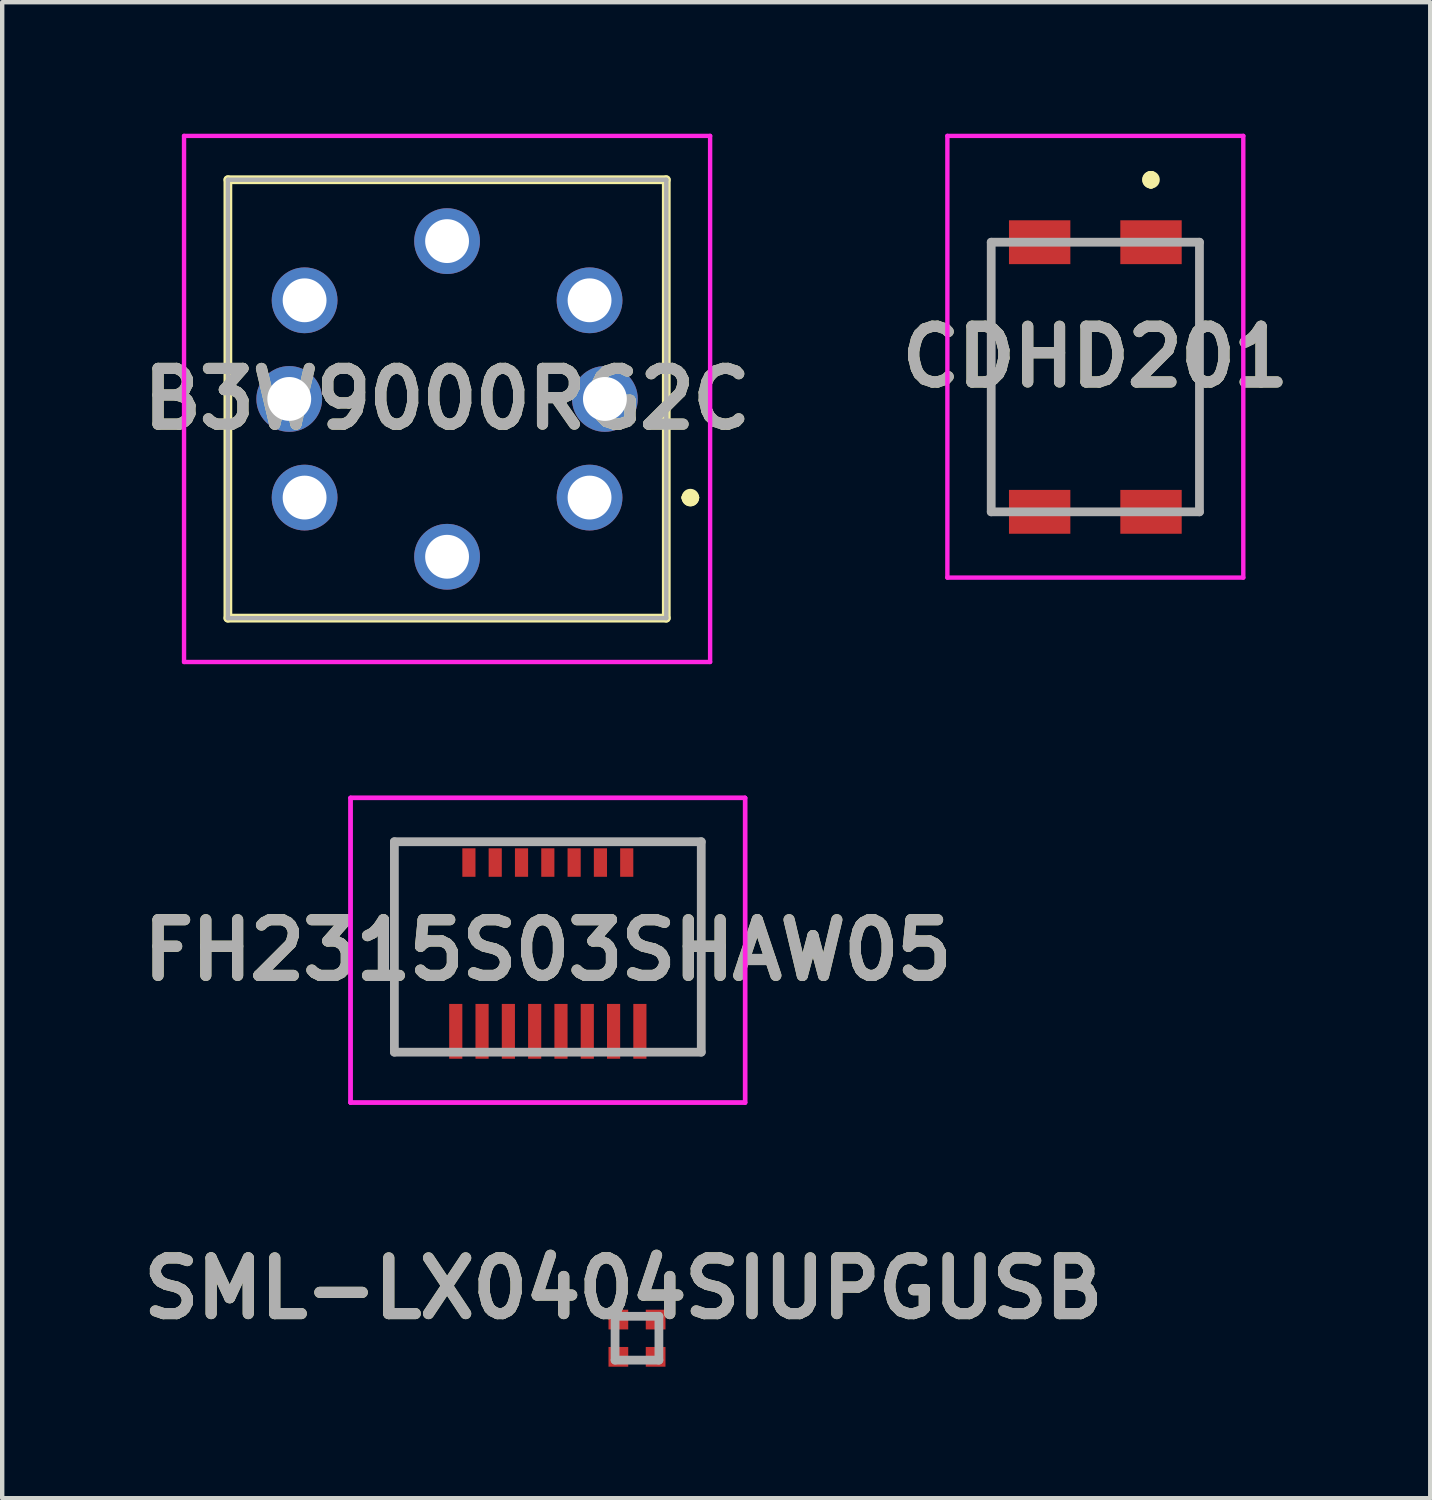
<source format=kicad_pcb>
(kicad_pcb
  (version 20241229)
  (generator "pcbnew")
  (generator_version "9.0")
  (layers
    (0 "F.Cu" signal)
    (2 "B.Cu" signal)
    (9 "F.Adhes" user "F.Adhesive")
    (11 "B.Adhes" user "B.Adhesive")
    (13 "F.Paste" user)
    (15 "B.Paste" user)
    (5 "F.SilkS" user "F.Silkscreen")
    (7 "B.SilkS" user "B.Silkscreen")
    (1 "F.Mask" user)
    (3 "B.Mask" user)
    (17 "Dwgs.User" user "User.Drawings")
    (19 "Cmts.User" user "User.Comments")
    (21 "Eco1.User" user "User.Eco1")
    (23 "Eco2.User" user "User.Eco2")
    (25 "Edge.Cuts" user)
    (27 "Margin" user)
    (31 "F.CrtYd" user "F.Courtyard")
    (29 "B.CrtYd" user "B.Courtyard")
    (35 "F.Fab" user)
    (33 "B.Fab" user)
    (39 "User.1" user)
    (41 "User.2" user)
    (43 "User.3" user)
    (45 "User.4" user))
  (footprint "SML-LX0404SIUPGUSB"
    (layer "F.Cu")
    (at 11.48 27.475)
    (property "Reference" "SML-LX0404SIUPGUSB" (at -0.31 -1.136 0) (layer "F.SilkS") (effects (font (size 1.27 1.27) (thickness 0.254))))
    (attr smd)
    (fp_line (start -0.5 -0.5) (end 0.5 -0.5) (stroke (width 0.2) (type solid)) (layer "F.Fab"))
    (fp_line (start -0.5 0.5) (end -0.5 -0.5) (stroke (width 0.2) (type solid)) (layer "F.Fab"))
    (fp_line (start 0.5 -0.5) (end 0.5 0.5) (stroke (width 0.2) (type solid)) (layer "F.Fab"))
    (fp_line (start 0.5 0.5) (end -0.5 0.5) (stroke (width 0.2) (type solid)) (layer "F.Fab"))
    (fp_text user "${REFERENCE}" (at -0.31 -1.136 0) (layer "F.Fab") (effects (font (size 1.27 1.27) (thickness 0.254))))
    (pad "1" smd rect (at 0.425 -0.425 90) (size 0.45 0.45) (layers "F.Cu" "F.Mask" "F.Paste"))
    (pad "2" smd rect (at 0.425 0.425 90) (size 0.45 0.45) (layers "F.Cu" "F.Mask" "F.Paste"))
    (pad "3" smd rect (at -0.425 0.425 90) (size 0.45 0.45) (layers "F.Cu" "F.Mask" "F.Paste"))
    (pad "4" smd rect (at -0.425 -0.425 90) (size 0.45 0.45) (layers "F.Cu" "F.Mask" "F.Paste")))
  (footprint "B3W9000RG2C"
    (layer "F.Cu")
    (at 10.398 8.3)
    (property "Reference" "B3W9000RG2C" (at -3.25 -2.25 0) (layer "F.SilkS") (effects (font (size 1.27 1.27) (thickness 0.254))))
    (attr through_hole)
    (fp_line (start -8.25 -7.25) (end -8.25 2.75) (stroke (width 0.2) (type solid)) (layer "F.SilkS"))
    (fp_line (start -8.25 2.75) (end 1.75 2.75) (stroke (width 0.2) (type solid)) (layer "F.SilkS"))
    (fp_line (start 1.75 -7.25) (end -8.25 -7.25) (stroke (width 0.2) (type solid)) (layer "F.SilkS"))
    (fp_line (start 1.75 2.75) (end 1.75 -7.25) (stroke (width 0.2) (type solid)) (layer "F.SilkS"))
    (fp_line (start 2.2 0) (end 2.2 0) (stroke (width 0.2) (type solid)) (layer "F.SilkS"))
    (fp_line (start 2.2 0) (end 2.2 0) (stroke (width 0.2) (type solid)) (layer "F.SilkS"))
    (fp_line (start 2.4 0) (end 2.4 0) (stroke (width 0.2) (type solid)) (layer "F.SilkS"))
    (fp_arc (start 2.2 0) (mid 2.3 -0.1) (end 2.4 0) (stroke (width 0.2) (type solid)) (layer "F.SilkS"))
    (fp_arc (start 2.4 0) (mid 2.3 0.1) (end 2.2 0) (stroke (width 0.2) (type solid)) (layer "F.SilkS"))
    (fp_arc (start 2.4 0) (mid 2.3 0.1) (end 2.2 0) (stroke (width 0.2) (type solid)) (layer "F.SilkS"))
    (fp_line (start -9.25 -8.25) (end 2.75 -8.25) (stroke (width 0.1) (type solid)) (layer "F.CrtYd"))
    (fp_line (start -9.25 3.75) (end -9.25 -8.25) (stroke (width 0.1) (type solid)) (layer "F.CrtYd"))
    (fp_line (start 2.75 -8.25) (end 2.75 3.75) (stroke (width 0.1) (type solid)) (layer "F.CrtYd"))
    (fp_line (start 2.75 3.75) (end -9.25 3.75) (stroke (width 0.1) (type solid)) (layer "F.CrtYd"))
    (fp_line (start -8.25 -7.25) (end -8.25 2.75) (stroke (width 0.1) (type solid)) (layer "F.Fab"))
    (fp_line (start -8.25 2.75) (end 1.75 2.75) (stroke (width 0.1) (type solid)) (layer "F.Fab"))
    (fp_line (start 1.75 -7.25) (end -8.25 -7.25) (stroke (width 0.1) (type solid)) (layer "F.Fab"))
    (fp_line (start 1.75 2.75) (end 1.75 -7.25) (stroke (width 0.1) (type solid)) (layer "F.Fab"))
    (fp_text user "${REFERENCE}" (at -3.25 -2.25 0) (layer "F.Fab") (effects (font (size 1.27 1.27) (thickness 0.254))))
    (pad "1" thru_hole circle (at 0 0) (size 1.5 1.5) (drill 1) (layers "*.Cu" "*.Mask"))
    (pad "2" thru_hole circle (at -6.5 0) (size 1.5 1.5) (drill 1) (layers "*.Cu" "*.Mask"))
    (pad "3" thru_hole circle (at 0 -4.5) (size 1.5 1.5) (drill 1) (layers "*.Cu" "*.Mask"))
    (pad "4" thru_hole circle (at -6.5 -4.5) (size 1.5 1.5) (drill 1) (layers "*.Cu" "*.Mask"))
    (pad "A1" thru_hole circle (at -3.25 -5.85) (size 1.5 1.5) (drill 1) (layers "*.Cu" "*.Mask"))
    (pad "A2" thru_hole circle (at -3.25 1.35) (size 1.5 1.5) (drill 1) (layers "*.Cu" "*.Mask"))
    (pad "K1" thru_hole circle (at 0.35 -2.25) (size 1.5 1.5) (drill 1) (layers "*.Cu" "*.Mask"))
    (pad "K2" thru_hole circle (at -6.85 -2.25) (size 1.5 1.5) (drill 1) (layers "*.Cu" "*.Mask")))
  (footprint "FH2315S03SHAW05"
    (layer "F.Cu")
    (at 9.446 18.55)
    (property "Reference" "FH2315S03SHAW05" (at 0 0.075 0) (layer "F.SilkS") (effects (font (size 1.27 1.27) (thickness 0.254))))
    (attr smd)
    (fp_line (start -3.5 -2.4) (end -2.1 -2.4) (stroke (width 0.1) (type solid)) (layer "F.SilkS"))
    (fp_line (start -3.5 2.4) (end -3.5 -2.4) (stroke (width 0.1) (type solid)) (layer "F.SilkS"))
    (fp_line (start -3.5 2.4) (end -3.5 2.4) (stroke (width 0.1) (type solid)) (layer "F.SilkS"))
    (fp_line (start -3 2.4) (end -3.5 2.4) (stroke (width 0.1) (type solid)) (layer "F.SilkS"))
    (fp_line (start 2.1 -2.4) (end 3.5 -2.4) (stroke (width 0.1) (type solid)) (layer "F.SilkS"))
    (fp_line (start 3 2.4) (end 3 2.4) (stroke (width 0.1) (type solid)) (layer "F.SilkS"))
    (fp_line (start 3.5 -2.4) (end 3.5 2.4) (stroke (width 0.1) (type solid)) (layer "F.SilkS"))
    (fp_line (start 3.5 2.4) (end 3 2.4) (stroke (width 0.1) (type solid)) (layer "F.SilkS"))
    (fp_line (start 3.5 2.4) (end 3.5 2.4) (stroke (width 0.1) (type solid)) (layer "F.SilkS"))
    (fp_line (start -4.5 -3.4) (end 4.5 -3.4) (stroke (width 0.1) (type solid)) (layer "F.CrtYd"))
    (fp_line (start -4.5 -3.4) (end 4.5 -3.4) (stroke (width 0.1) (type solid)) (layer "F.CrtYd"))
    (fp_line (start -4.5 3.55) (end -4.5 -3.4) (stroke (width 0.1) (type solid)) (layer "F.CrtYd"))
    (fp_line (start -4.5 3.55) (end -4.5 -3.4) (stroke (width 0.1) (type solid)) (layer "F.CrtYd"))
    (fp_line (start 4.5 -3.4) (end 4.5 3.55) (stroke (width 0.1) (type solid)) (layer "F.CrtYd"))
    (fp_line (start 4.5 -3.4) (end 4.5 3.55) (stroke (width 0.1) (type solid)) (layer "F.CrtYd"))
    (fp_line (start 4.5 3.55) (end -4.5 3.55) (stroke (width 0.1) (type solid)) (layer "F.CrtYd"))
    (fp_line (start 4.5 3.55) (end -4.5 3.55) (stroke (width 0.1) (type solid)) (layer "F.CrtYd"))
    (fp_line (start -3.5 -2.4) (end 3.5 -2.4) (stroke (width 0.2) (type solid)) (layer "F.Fab"))
    (fp_line (start -3.5 2.4) (end -3.5 -2.4) (stroke (width 0.2) (type solid)) (layer "F.Fab"))
    (fp_line (start 3.5 -2.4) (end 3.5 2.4) (stroke (width 0.2) (type solid)) (layer "F.Fab"))
    (fp_line (start 3.5 2.4) (end -3.5 2.4) (stroke (width 0.2) (type solid)) (layer "F.Fab"))
    (fp_text user "${REFERENCE}" (at 0 0.075 0) (layer "F.Fab") (effects (font (size 1.27 1.27) (thickness 0.254))))
    (pad "1" smd rect (at -2.1 1.925) (size 0.3 1.25) (layers "F.Cu" "F.Mask" "F.Paste"))
    (pad "2" smd rect (at -1.8 -1.925) (size 0.3 0.65) (layers "F.Cu" "F.Mask" "F.Paste"))
    (pad "3" smd rect (at -1.5 1.925) (size 0.3 1.25) (layers "F.Cu" "F.Mask" "F.Paste"))
    (pad "4" smd rect (at -1.2 -1.925) (size 0.3 0.65) (layers "F.Cu" "F.Mask" "F.Paste"))
    (pad "5" smd rect (at -0.9 1.925) (size 0.3 1.25) (layers "F.Cu" "F.Mask" "F.Paste"))
    (pad "6" smd rect (at -0.6 -1.925) (size 0.3 0.65) (layers "F.Cu" "F.Mask" "F.Paste"))
    (pad "7" smd rect (at -0.3 1.925) (size 0.3 1.25) (layers "F.Cu" "F.Mask" "F.Paste"))
    (pad "8" smd rect (at 0 -1.925) (size 0.3 0.65) (layers "F.Cu" "F.Mask" "F.Paste"))
    (pad "9" smd rect (at 0.3 1.925) (size 0.3 1.25) (layers "F.Cu" "F.Mask" "F.Paste"))
    (pad "10" smd rect (at 0.6 -1.925) (size 0.3 0.65) (layers "F.Cu" "F.Mask" "F.Paste"))
    (pad "11" smd rect (at 0.9 1.925) (size 0.3 1.25) (layers "F.Cu" "F.Mask" "F.Paste"))
    (pad "12" smd rect (at 1.2 -1.925) (size 0.3 0.65) (layers "F.Cu" "F.Mask" "F.Paste"))
    (pad "13" smd rect (at 1.5 1.925) (size 0.3 1.25) (layers "F.Cu" "F.Mask" "F.Paste"))
    (pad "14" smd rect (at 1.8 -1.925) (size 0.3 0.65) (layers "F.Cu" "F.Mask" "F.Paste"))
    (pad "15" smd rect (at 2.1 1.925) (size 0.3 1.25) (layers "F.Cu" "F.Mask" "F.Paste")))
  (footprint "CDHD201"
    (layer "F.Cu")
    (at 21.935 5.55)
    (property "Reference" "CDHD201" (at 0 -0.462 0) (layer "F.SilkS") (effects (font (size 1.27 1.27) (thickness 0.254))))
    (attr smd)
    (fp_line (start -2.375 -3.075) (end -2.375 -3.075) (stroke (width 0.1) (type solid)) (layer "F.SilkS"))
    (fp_line (start -2.375 -3.075) (end -2.375 3.075) (stroke (width 0.1) (type solid)) (layer "F.SilkS"))
    (fp_line (start -2.375 3.075) (end -2.375 -3.075) (stroke (width 0.1) (type solid)) (layer "F.SilkS"))
    (fp_line (start -2.375 3.075) (end -2.375 3.075) (stroke (width 0.1) (type solid)) (layer "F.SilkS"))
    (fp_line (start -0.25 -3.075) (end -0.25 -3.075) (stroke (width 0.1) (type solid)) (layer "F.SilkS"))
    (fp_line (start -0.25 -3.075) (end 0.25 -3.075) (stroke (width 0.1) (type solid)) (layer "F.SilkS"))
    (fp_line (start -0.25 3.075) (end -0.25 3.075) (stroke (width 0.1) (type solid)) (layer "F.SilkS"))
    (fp_line (start -0.25 3.075) (end 0.25 3.075) (stroke (width 0.1) (type solid)) (layer "F.SilkS"))
    (fp_line (start 0.25 -3.075) (end -0.25 -3.075) (stroke (width 0.1) (type solid)) (layer "F.SilkS"))
    (fp_line (start 0.25 -3.075) (end 0.25 -3.075) (stroke (width 0.1) (type solid)) (layer "F.SilkS"))
    (fp_line (start 0.25 3.075) (end -0.25 3.075) (stroke (width 0.1) (type solid)) (layer "F.SilkS"))
    (fp_line (start 0.25 3.075) (end 0.25 3.075) (stroke (width 0.1) (type solid)) (layer "F.SilkS"))
    (fp_line (start 1.27 -4.6) (end 1.27 -4.6) (stroke (width 0.2) (type solid)) (layer "F.SilkS"))
    (fp_line (start 1.27 -4.6) (end 1.27 -4.6) (stroke (width 0.2) (type solid)) (layer "F.SilkS"))
    (fp_line (start 1.27 -4.4) (end 1.27 -4.4) (stroke (width 0.2) (type solid)) (layer "F.SilkS"))
    (fp_line (start 2.375 -3.075) (end 2.375 -3.075) (stroke (width 0.1) (type solid)) (layer "F.SilkS"))
    (fp_line (start 2.375 -3.075) (end 2.375 3.075) (stroke (width 0.1) (type solid)) (layer "F.SilkS"))
    (fp_line (start 2.375 3.075) (end 2.375 -3.075) (stroke (width 0.1) (type solid)) (layer "F.SilkS"))
    (fp_line (start 2.375 3.075) (end 2.375 3.075) (stroke (width 0.1) (type solid)) (layer "F.SilkS"))
    (fp_arc (start 1.27 -4.6) (mid 1.37 -4.5) (end 1.27 -4.4) (stroke (width 0.2) (type solid)) (layer "F.SilkS"))
    (fp_arc (start 1.27 -4.4) (mid 1.17 -4.5) (end 1.27 -4.6) (stroke (width 0.2) (type solid)) (layer "F.SilkS"))
    (fp_arc (start 1.27 -4.4) (mid 1.17 -4.5) (end 1.27 -4.6) (stroke (width 0.2) (type solid)) (layer "F.SilkS"))
    (fp_line (start -3.375 -5.5) (end 3.375 -5.5) (stroke (width 0.1) (type solid)) (layer "F.CrtYd"))
    (fp_line (start -3.375 4.575) (end -3.375 -5.5) (stroke (width 0.1) (type solid)) (layer "F.CrtYd"))
    (fp_line (start 3.375 -5.5) (end 3.375 4.575) (stroke (width 0.1) (type solid)) (layer "F.CrtYd"))
    (fp_line (start 3.375 4.575) (end -3.375 4.575) (stroke (width 0.1) (type solid)) (layer "F.CrtYd"))
    (fp_line (start -2.375 -3.075) (end -2.375 3.075) (stroke (width 0.2) (type solid)) (layer "F.Fab"))
    (fp_line (start -2.375 3.075) (end 2.375 3.075) (stroke (width 0.2) (type solid)) (layer "F.Fab"))
    (fp_line (start 2.375 -3.075) (end -2.375 -3.075) (stroke (width 0.2) (type solid)) (layer "F.Fab"))
    (fp_line (start 2.375 3.075) (end 2.375 -3.075) (stroke (width 0.2) (type solid)) (layer "F.Fab"))
    (fp_text user "${REFERENCE}" (at 0 -0.462 0) (layer "F.Fab") (effects (font (size 1.27 1.27) (thickness 0.254))))
    (pad "1" smd rect (at 1.27 -3.075 90) (size 1 1.4) (layers "F.Cu" "F.Mask" "F.Paste"))
    (pad "2" smd rect (at 1.27 3.075 90) (size 1 1.4) (layers "F.Cu" "F.Mask" "F.Paste"))
    (pad "3" smd rect (at -1.27 3.075 90) (size 1 1.4) (layers "F.Cu" "F.Mask" "F.Paste"))
    (pad "4" smd rect (at -1.27 -3.075 90) (size 1 1.4) (layers "F.Cu" "F.Mask" "F.Paste")))
  (gr_rect
    (start -3 -3)
    (end 29.574 31.125)
    (stroke (width 0.1) (type default))
    (fill no)
    (layer "Edge.Cuts")))
</source>
